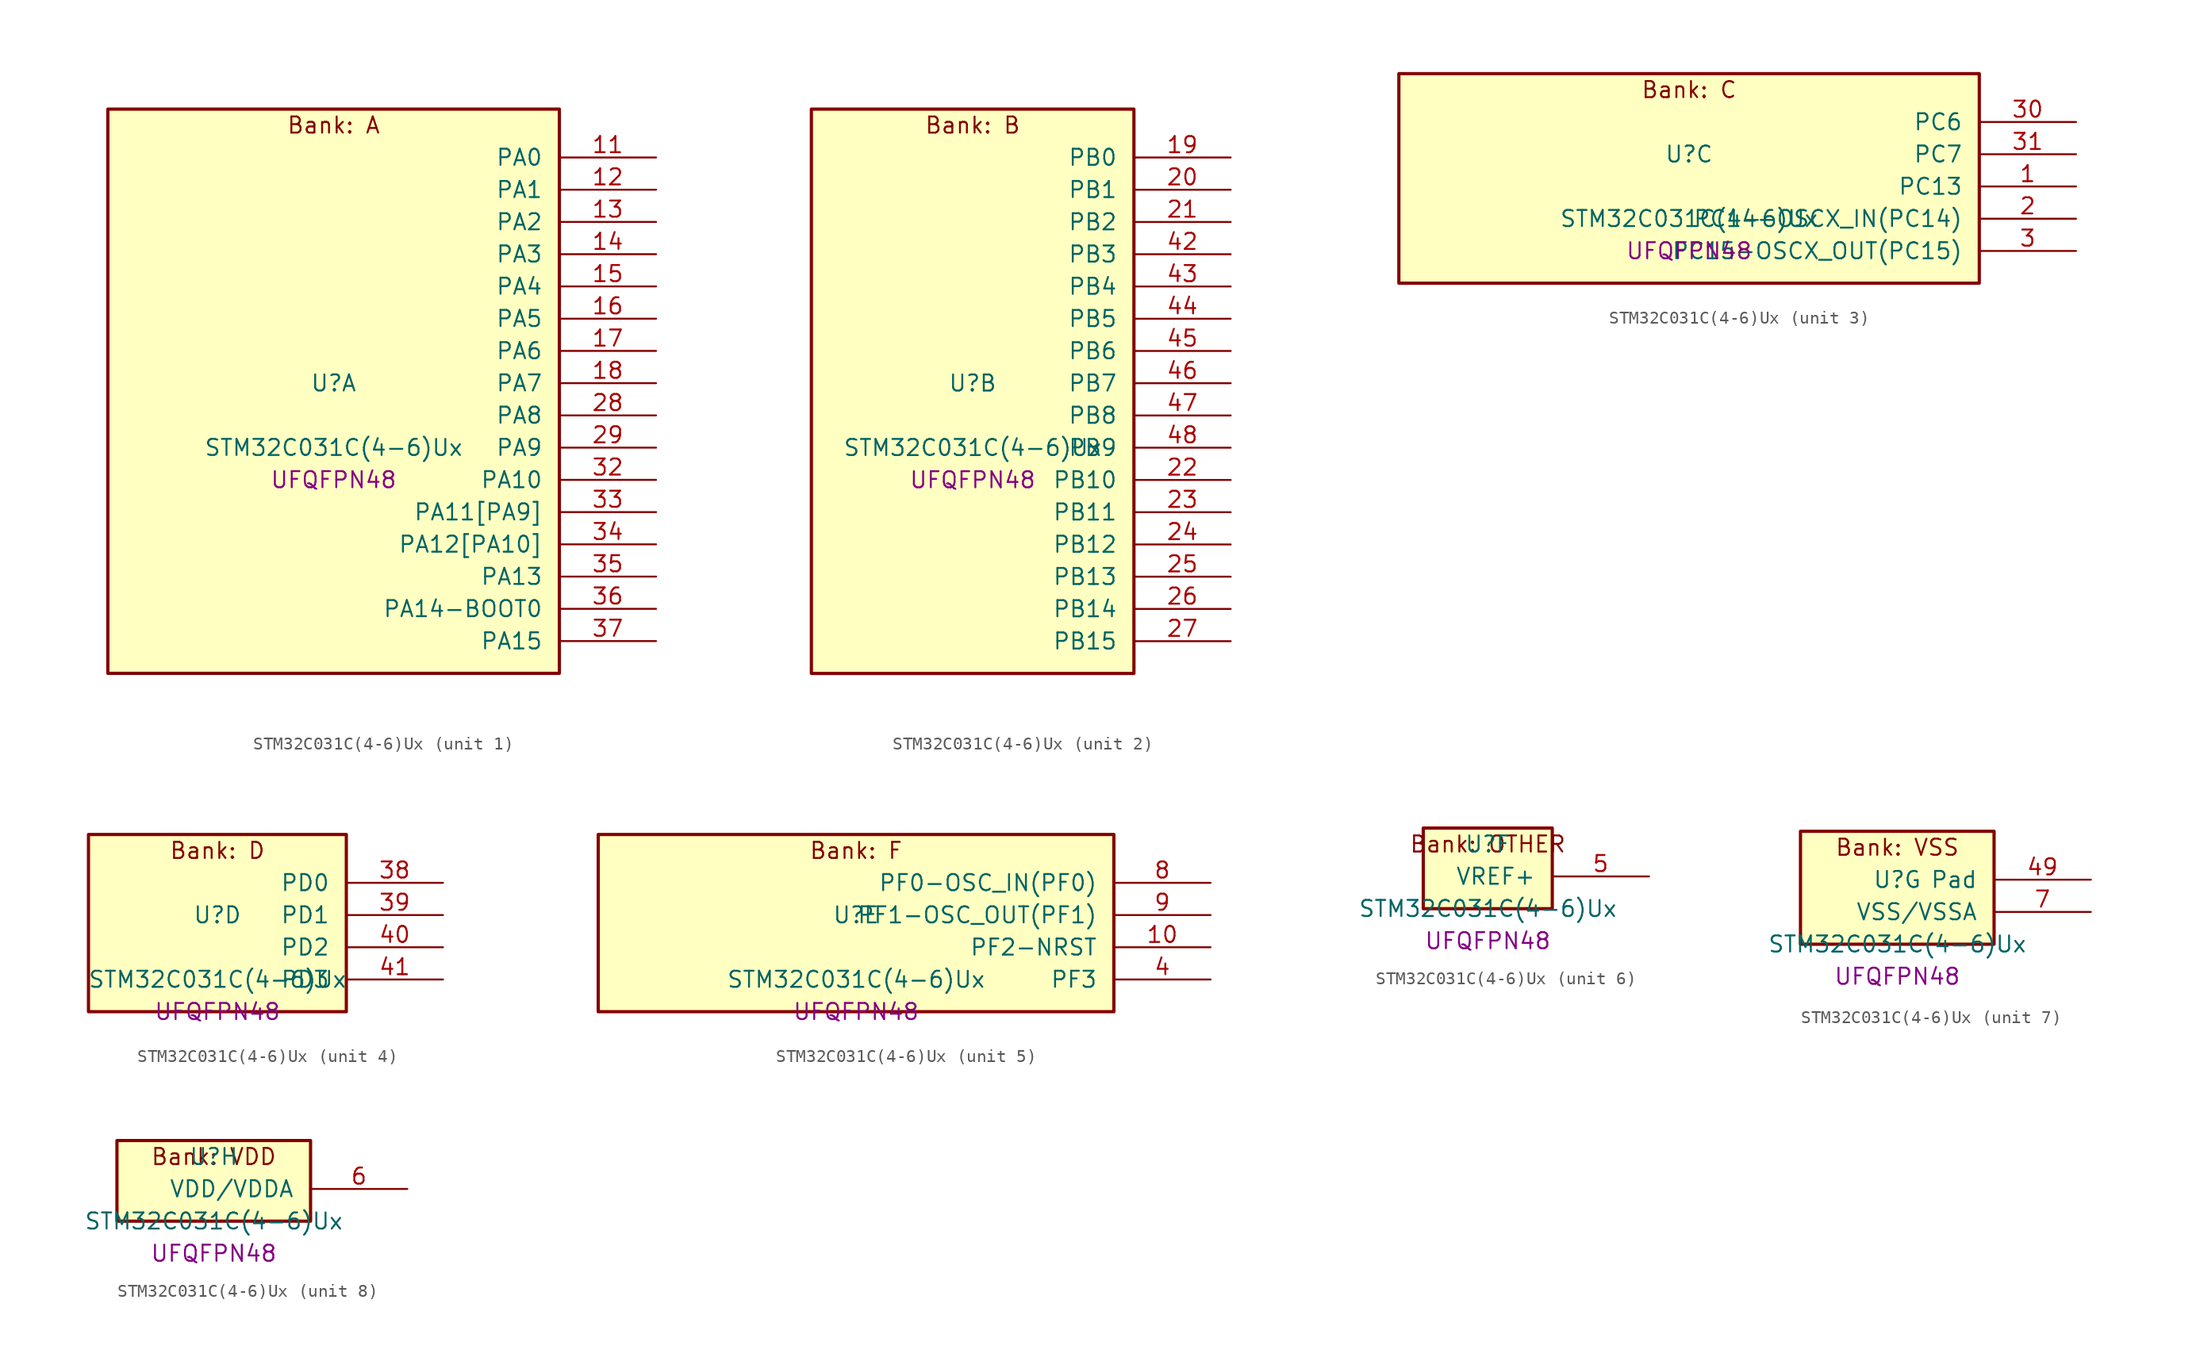
<source format=kicad_sym>
(kicad_symbol_lib
  (version 20241209)
  (generator "stm32_pkl_generator")
  (generator_version "1.0")
  (symbol "STM32C031C(4-6)Ux"
    (pin_names
      (offset 1.27))
    (property "Reference" "U"
      (at 0 2.54 0))
    (property "Value" "STM32C031C(4-6)Ux"
      (at 0 -2.54 0))
    (property "Footprint" "UFQFPN48"
      (at 0 -5.08 0))
    (symbol "STM32C031C(4-6)Ux_1_1"
      (rectangle (start -17.78 24.13) (end 17.78 -20.32) (stroke (width 0.254) (type solid)) (fill (type background)))
      (text "Bank: A" (at 0 22.86 0))
      (pin bidirectional line (at 25.4 20.32 180) (length 7.62) (name "PA0") (number "11") (alternate "PA0/ADC1_IN0" bidirectional line) (alternate "PA0/PWR_WKUP1" bidirectional line) (alternate "PA0/TIM16_CH1" bidirectional line) (alternate "PA0/TIM1_CH1" bidirectional line) (alternate "PA0/USART1_TX" bidirectional line) (alternate "PA0/USART2_CTS" bidirectional line) (alternate "PA0/USART2_NSS" bidirectional line))
      (pin bidirectional line (at 25.4 17.78 180) (length 7.62) (name "PA1") (number "12") (alternate "PA1/ADC1_IN1" bidirectional line) (alternate "PA1/I2C1_SMBA" bidirectional line) (alternate "PA1/I2S1_CK" bidirectional line) (alternate "PA1/SPI1_SCK" bidirectional line) (alternate "PA1/TIM17_CH1" bidirectional line) (alternate "PA1/TIM1_CH2" bidirectional line) (alternate "PA1/USART1_RX" bidirectional line) (alternate "PA1/USART2_CK" bidirectional line) (alternate "PA1/USART2_DE" bidirectional line) (alternate "PA1/USART2_RTS" bidirectional line))
      (pin bidirectional line (at 25.4 15.24 180) (length 7.62) (name "PA2") (number "13") (alternate "PA2/ADC1_IN2" bidirectional line) (alternate "PA2/I2S1_SD" bidirectional line) (alternate "PA2/PWR_WKUP4" bidirectional line) (alternate "PA2/RCC_LSCO" bidirectional line) (alternate "PA2/SPI1_MOSI" bidirectional line) (alternate "PA2/TIM16_CH1N" bidirectional line) (alternate "PA2/TIM1_CH3" bidirectional line) (alternate "PA2/TIM3_ETR" bidirectional line) (alternate "PA2/USART2_TX" bidirectional line))
      (pin bidirectional line (at 25.4 12.7 180) (length 7.62) (name "PA3") (number "14") (alternate "PA3/ADC1_IN3" bidirectional line) (alternate "PA3/TIM1_CH1N" bidirectional line) (alternate "PA3/TIM1_CH4" bidirectional line) (alternate "PA3/USART2_RX" bidirectional line))
      (pin bidirectional line (at 25.4 10.16 180) (length 7.62) (name "PA4") (number "15") (alternate "PA4/ADC1_IN4" bidirectional line) (alternate "PA4/I2S1_WS" bidirectional line) (alternate "PA4/RTC_OUT2" bidirectional line) (alternate "PA4/SPI1_NSS" bidirectional line) (alternate "PA4/TIM14_CH1" bidirectional line) (alternate "PA4/TIM17_CH1N" bidirectional line) (alternate "PA4/TIM1_CH2N" bidirectional line) (alternate "PA4/USART2_TX" bidirectional line))
      (pin bidirectional line (at 25.4 7.62 180) (length 7.62) (name "PA5") (number "16") (alternate "PA5/ADC1_IN5" bidirectional line) (alternate "PA5/I2S1_CK" bidirectional line) (alternate "PA5/SPI1_SCK" bidirectional line) (alternate "PA5/TIM1_CH1" bidirectional line) (alternate "PA5/TIM1_CH3N" bidirectional line) (alternate "PA5/USART2_RX" bidirectional line))
      (pin bidirectional line (at 25.4 5.08 180) (length 7.62) (name "PA6") (number "17") (alternate "PA6/ADC1_IN6" bidirectional line) (alternate "PA6/I2S1_MCK" bidirectional line) (alternate "PA6/SPI1_MISO" bidirectional line) (alternate "PA6/TIM16_CH1" bidirectional line) (alternate "PA6/TIM1_BKIN" bidirectional line) (alternate "PA6/TIM3_CH1" bidirectional line))
      (pin bidirectional line (at 25.4 2.54 180) (length 7.62) (name "PA7") (number "18") (alternate "PA7/ADC1_IN7" bidirectional line) (alternate "PA7/I2S1_SD" bidirectional line) (alternate "PA7/SPI1_MOSI" bidirectional line) (alternate "PA7/TIM14_CH1" bidirectional line) (alternate "PA7/TIM17_CH1" bidirectional line) (alternate "PA7/TIM1_CH1N" bidirectional line) (alternate "PA7/TIM3_CH2" bidirectional line))
      (pin bidirectional line (at 25.4 0 180) (length 7.62) (name "PA8") (number "28") (alternate "PA8/ADC1_IN8" bidirectional line) (alternate "PA8/I2S1_WS" bidirectional line) (alternate "PA8/RCC_MCO" bidirectional line) (alternate "PA8/RCC_MCO_2" bidirectional line) (alternate "PA8/SPI1_NSS" bidirectional line) (alternate "PA8/TIM14_CH1" bidirectional line) (alternate "PA8/TIM1_CH1" bidirectional line) (alternate "PA8/TIM1_CH2N" bidirectional line) (alternate "PA8/TIM1_CH3N" bidirectional line) (alternate "PA8/TIM3_CH3" bidirectional line) (alternate "PA8/TIM3_CH4" bidirectional line) (alternate "PA8/USART1_RX" bidirectional line) (alternate "PA8/USART2_TX" bidirectional line))
      (pin bidirectional line (at 25.4 -2.54 180) (length 7.62) (name "PA9") (number "29") (alternate "PA9/I2C1_SCL" bidirectional line) (alternate "PA9/RCC_MCO" bidirectional line) (alternate "PA9/TIM1_CH2" bidirectional line) (alternate "PA9/TIM3_ETR" bidirectional line) (alternate "PA9/USART1_TX" bidirectional line) (alternate "PA9/NC" bidirectional line))
      (pin bidirectional line (at 25.4 -5.08 180) (length 7.62) (name "PA10") (number "32") (alternate "PA10/I2C1_SDA" bidirectional line) (alternate "PA10/RCC_MCO_2" bidirectional line) (alternate "PA10/TIM17_BKIN" bidirectional line) (alternate "PA10/TIM1_CH3" bidirectional line) (alternate "PA10/USART1_RX" bidirectional line) (alternate "PA10/NC" bidirectional line))
      (pin bidirectional line (at 25.4 -7.62 180) (length 7.62) (name "PA11[PA9]") (number "33") (alternate "PA11[PA9]/ADC1_EXTI11" bidirectional line) (alternate "PA11[PA9]/ADC1_IN11" bidirectional line) (alternate "PA11[PA9]/I2S1_MCK" bidirectional line) (alternate "PA11[PA9]/SPI1_MISO" bidirectional line) (alternate "PA11[PA9]/TIM1_BKIN2" bidirectional line) (alternate "PA11[PA9]/TIM1_CH4" bidirectional line) (alternate "PA11[PA9]/USART1_CTS" bidirectional line) (alternate "PA11[PA9]/USART1_NSS" bidirectional line) (alternate "PA11[PA9]/PA9[PA11]" bidirectional line) (alternate "PA11[PA9]/I2C1_SCL" bidirectional line) (alternate "PA11[PA9]/RCC_MCO" bidirectional line) (alternate "PA11[PA9]/TIM1_CH2" bidirectional line) (alternate "PA11[PA9]/TIM3_ETR" bidirectional line) (alternate "PA11[PA9]/USART1_TX" bidirectional line))
      (pin bidirectional line (at 25.4 -10.16 180) (length 7.62) (name "PA12[PA10]") (number "34") (alternate "PA12[PA10]/ADC1_IN12" bidirectional line) (alternate "PA12[PA10]/I2S1_SD" bidirectional line) (alternate "PA12[PA10]/I2S_CKIN" bidirectional line) (alternate "PA12[PA10]/SPI1_MOSI" bidirectional line) (alternate "PA12[PA10]/TIM1_ETR" bidirectional line) (alternate "PA12[PA10]/USART1_CK" bidirectional line) (alternate "PA12[PA10]/USART1_DE" bidirectional line) (alternate "PA12[PA10]/USART1_RTS" bidirectional line) (alternate "PA12[PA10]/PA10[PA12]" bidirectional line) (alternate "PA12[PA10]/I2C1_SDA" bidirectional line) (alternate "PA12[PA10]/RCC_MCO_2" bidirectional line) (alternate "PA12[PA10]/TIM17_BKIN" bidirectional line) (alternate "PA12[PA10]/TIM1_CH3" bidirectional line) (alternate "PA12[PA10]/USART1_RX" bidirectional line))
      (pin bidirectional line (at 25.4 -12.7 180) (length 7.62) (name "PA13") (number "35") (alternate "PA13/ADC1_IN13" bidirectional line) (alternate "PA13/DEBUG_SWDIO" bidirectional line) (alternate "PA13/IR_OUT" bidirectional line) (alternate "PA13/TIM3_ETR" bidirectional line) (alternate "PA13/USART2_RX" bidirectional line))
      (pin bidirectional line (at 25.4 -15.24 180) (length 7.62) (name "PA14-BOOT0") (number "36") (alternate "PA14-BOOT0/ADC1_IN14" bidirectional line) (alternate "PA14-BOOT0/DEBUG_SWCLK" bidirectional line) (alternate "PA14-BOOT0/I2S1_WS" bidirectional line) (alternate "PA14-BOOT0/RCC_MCO_2" bidirectional line) (alternate "PA14-BOOT0/SPI1_NSS" bidirectional line) (alternate "PA14-BOOT0/TIM1_CH1" bidirectional line) (alternate "PA14-BOOT0/USART1_CK" bidirectional line) (alternate "PA14-BOOT0/USART1_DE" bidirectional line) (alternate "PA14-BOOT0/USART1_RTS" bidirectional line) (alternate "PA14-BOOT0/USART2_RX" bidirectional line) (alternate "PA14-BOOT0/USART2_TX" bidirectional line))
      (pin bidirectional line (at 25.4 -17.78 180) (length 7.62) (name "PA15") (number "37") (alternate "PA15/I2S1_WS" bidirectional line) (alternate "PA15/RCC_MCO_2" bidirectional line) (alternate "PA15/SPI1_NSS" bidirectional line) (alternate "PA15/TIM1_CH1" bidirectional line) (alternate "PA15/USART1_CK" bidirectional line) (alternate "PA15/USART1_DE" bidirectional line) (alternate "PA15/USART1_RTS" bidirectional line) (alternate "PA15/USART2_RX" bidirectional line)))
    (symbol "STM32C031C(4-6)Ux_2_1"
      (rectangle (start -12.7 24.13) (end 12.7 -20.32) (stroke (width 0.254) (type solid)) (fill (type background)))
      (text "Bank: B" (at 0 22.86 0))
      (pin bidirectional line (at 20.32 20.32 180) (length 7.62) (name "PB0") (number "19") (alternate "PB0/ADC1_IN17" bidirectional line) (alternate "PB0/I2S1_WS" bidirectional line) (alternate "PB0/SPI1_NSS" bidirectional line) (alternate "PB0/TIM1_CH2N" bidirectional line) (alternate "PB0/TIM3_CH3" bidirectional line))
      (pin bidirectional line (at 20.32 17.78 180) (length 7.62) (name "PB1") (number "20") (alternate "PB1/ADC1_IN18" bidirectional line) (alternate "PB1/TIM14_CH1" bidirectional line) (alternate "PB1/TIM1_CH2N" bidirectional line) (alternate "PB1/TIM1_CH3N" bidirectional line) (alternate "PB1/TIM3_CH4" bidirectional line))
      (pin bidirectional line (at 20.32 15.24 180) (length 7.62) (name "PB2") (number "21") (alternate "PB2/ADC1_IN19" bidirectional line) (alternate "PB2/RCC_MCO_2" bidirectional line) (alternate "PB2/USART1_RX" bidirectional line))
      (pin bidirectional line (at 20.32 12.7 180) (length 7.62) (name "PB3") (number "42") (alternate "PB3/I2S1_CK" bidirectional line) (alternate "PB3/SPI1_SCK" bidirectional line) (alternate "PB3/TIM1_CH2" bidirectional line) (alternate "PB3/TIM3_CH2" bidirectional line) (alternate "PB3/USART1_CK" bidirectional line) (alternate "PB3/USART1_DE" bidirectional line) (alternate "PB3/USART1_RTS" bidirectional line))
      (pin bidirectional line (at 20.32 10.16 180) (length 7.62) (name "PB4") (number "43") (alternate "PB4/I2S1_MCK" bidirectional line) (alternate "PB4/SPI1_MISO" bidirectional line) (alternate "PB4/TIM17_BKIN" bidirectional line) (alternate "PB4/TIM3_CH1" bidirectional line) (alternate "PB4/USART1_CTS" bidirectional line) (alternate "PB4/USART1_NSS" bidirectional line))
      (pin bidirectional line (at 20.32 7.62 180) (length 7.62) (name "PB5") (number "44") (alternate "PB5/I2C1_SMBA" bidirectional line) (alternate "PB5/I2S1_SD" bidirectional line) (alternate "PB5/PWR_WKUP6" bidirectional line) (alternate "PB5/SPI1_MOSI" bidirectional line) (alternate "PB5/TIM16_BKIN" bidirectional line) (alternate "PB5/TIM3_CH2" bidirectional line) (alternate "PB5/TIM3_CH3" bidirectional line))
      (pin bidirectional line (at 20.32 5.08 180) (length 7.62) (name "PB6") (number "45") (alternate "PB6/I2C1_SCL" bidirectional line) (alternate "PB6/I2C1_SMBA" bidirectional line) (alternate "PB6/I2S1_CK" bidirectional line) (alternate "PB6/I2S1_MCK" bidirectional line) (alternate "PB6/I2S1_SD" bidirectional line) (alternate "PB6/PWR_WKUP3" bidirectional line) (alternate "PB6/SPI1_MISO" bidirectional line) (alternate "PB6/SPI1_MOSI" bidirectional line) (alternate "PB6/SPI1_SCK" bidirectional line) (alternate "PB6/TIM16_BKIN" bidirectional line) (alternate "PB6/TIM16_CH1N" bidirectional line) (alternate "PB6/TIM17_BKIN" bidirectional line) (alternate "PB6/TIM1_CH2" bidirectional line) (alternate "PB6/TIM1_CH3" bidirectional line) (alternate "PB6/TIM3_CH1" bidirectional line) (alternate "PB6/TIM3_CH2" bidirectional line) (alternate "PB6/TIM3_CH3" bidirectional line) (alternate "PB6/USART1_CK" bidirectional line) (alternate "PB6/USART1_CTS" bidirectional line) (alternate "PB6/USART1_DE" bidirectional line) (alternate "PB6/USART1_NSS" bidirectional line) (alternate "PB6/USART1_RTS" bidirectional line) (alternate "PB6/USART1_TX" bidirectional line))
      (pin bidirectional line (at 20.32 2.54 180) (length 7.62) (name "PB7") (number "46") (alternate "PB7/I2C1_SCL" bidirectional line) (alternate "PB7/I2C1_SDA" bidirectional line) (alternate "PB7/TIM16_CH1" bidirectional line) (alternate "PB7/TIM17_CH1N" bidirectional line) (alternate "PB7/TIM1_CH4" bidirectional line) (alternate "PB7/TIM3_CH1" bidirectional line) (alternate "PB7/TIM3_CH4" bidirectional line) (alternate "PB7/USART1_RX" bidirectional line) (alternate "PB7/USART2_CTS" bidirectional line) (alternate "PB7/USART2_NSS" bidirectional line))
      (pin bidirectional line (at 20.32 0 180) (length 7.62) (name "PB8") (number "47") (alternate "PB8/I2C1_SCL" bidirectional line) (alternate "PB8/TIM16_CH1" bidirectional line) (alternate "PB8/TIM3_CH1" bidirectional line) (alternate "PB8/USART2_CTS" bidirectional line) (alternate "PB8/USART2_NSS" bidirectional line))
      (pin bidirectional line (at 20.32 -2.54 180) (length 7.62) (name "PB9") (number "48") (alternate "PB9/I2C1_SDA" bidirectional line) (alternate "PB9/IR_OUT" bidirectional line) (alternate "PB9/TIM17_CH1" bidirectional line) (alternate "PB9/TIM3_CH2" bidirectional line) (alternate "PB9/USART2_CK" bidirectional line) (alternate "PB9/USART2_DE" bidirectional line) (alternate "PB9/USART2_RTS" bidirectional line))
      (pin bidirectional line (at 20.32 -5.08 180) (length 7.62) (name "PB10") (number "22") (alternate "PB10/ADC1_IN20" bidirectional line))
      (pin bidirectional line (at 20.32 -7.62 180) (length 7.62) (name "PB11") (number "23") (alternate "PB11/ADC1_EXTI11" bidirectional line) (alternate "PB11/ADC1_IN21" bidirectional line))
      (pin bidirectional line (at 20.32 -10.16 180) (length 7.62) (name "PB12") (number "24") (alternate "PB12/ADC1_IN22" bidirectional line) (alternate "PB12/TIM1_BKIN" bidirectional line) (alternate "PB12/TIM1_BKIN2" bidirectional line))
      (pin bidirectional line (at 20.32 -12.7 180) (length 7.62) (name "PB13") (number "25") (alternate "PB13/TIM1_CH1N" bidirectional line))
      (pin bidirectional line (at 20.32 -15.24 180) (length 7.62) (name "PB14") (number "26") (alternate "PB14/TIM1_CH2N" bidirectional line))
      (pin bidirectional line (at 20.32 -17.78 180) (length 7.62) (name "PB15") (number "27") (alternate "PB15/RTC_REFIN" bidirectional line) (alternate "PB15/TIM1_CH3N" bidirectional line)))
    (symbol "STM32C031C(4-6)Ux_3_1"
      (rectangle (start -22.86 8.89) (end 22.86 -7.62) (stroke (width 0.254) (type solid)) (fill (type background)))
      (text "Bank: C" (at 0 7.62 0))
      (pin bidirectional line (at 30.48 5.08 180) (length 7.62) (name "PC6") (number "30") (alternate "PC6/TIM3_CH1" bidirectional line))
      (pin bidirectional line (at 30.48 2.54 180) (length 7.62) (name "PC7") (number "31") (alternate "PC7/TIM3_CH2" bidirectional line))
      (pin bidirectional line (at 30.48 0 180) (length 7.62) (name "PC13") (number "1") (alternate "PC13/PWR_WKUP2" bidirectional line) (alternate "PC13/RTC_OUT1" bidirectional line) (alternate "PC13/RTC_TS" bidirectional line) (alternate "PC13/TIM1_BKIN" bidirectional line) (alternate "PC13/TIM1_ETR" bidirectional line))
      (pin bidirectional line (at 30.48 -2.54 180) (length 7.62) (name "PC14-OSCX_IN(PC14)") (number "2") (alternate "PC14-OSCX_IN(PC14)/I2C1_SDA" bidirectional line) (alternate "PC14-OSCX_IN(PC14)/IR_OUT" bidirectional line) (alternate "PC14-OSCX_IN(PC14)/RCC_OSCX_IN" bidirectional line) (alternate "PC14-OSCX_IN(PC14)/TIM17_CH1" bidirectional line) (alternate "PC14-OSCX_IN(PC14)/TIM1_BKIN2" bidirectional line) (alternate "PC14-OSCX_IN(PC14)/TIM1_ETR" bidirectional line) (alternate "PC14-OSCX_IN(PC14)/TIM3_CH2" bidirectional line) (alternate "PC14-OSCX_IN(PC14)/USART1_TX" bidirectional line) (alternate "PC14-OSCX_IN(PC14)/USART2_CK" bidirectional line) (alternate "PC14-OSCX_IN(PC14)/USART2_DE" bidirectional line) (alternate "PC14-OSCX_IN(PC14)/USART2_RTS" bidirectional line))
      (pin bidirectional line (at 30.48 -5.08 180) (length 7.62) (name "PC15-OSCX_OUT(PC15)") (number "3") (alternate "PC15-OSCX_OUT(PC15)/RCC_OSC32_EN" bidirectional line) (alternate "PC15-OSCX_OUT(PC15)/RCC_OSCX_OUT" bidirectional line) (alternate "PC15-OSCX_OUT(PC15)/RCC_OSC_EN" bidirectional line) (alternate "PC15-OSCX_OUT(PC15)/TIM1_ETR" bidirectional line) (alternate "PC15-OSCX_OUT(PC15)/TIM3_CH3" bidirectional line)))
    (symbol "STM32C031C(4-6)Ux_4_1"
      (rectangle (start -10.16 8.89) (end 10.16 -5.08) (stroke (width 0.254) (type solid)) (fill (type background)))
      (text "Bank: D" (at 0 7.62 0))
      (pin bidirectional line (at 17.78 5.08 180) (length 7.62) (name "PD0") (number "38") (alternate "PD0/TIM16_CH1" bidirectional line))
      (pin bidirectional line (at 17.78 2.54 180) (length 7.62) (name "PD1") (number "39") (alternate "PD1/TIM17_CH1" bidirectional line))
      (pin bidirectional line (at 17.78 0 180) (length 7.62) (name "PD2") (number "40") (alternate "PD2/TIM1_CH1N" bidirectional line) (alternate "PD2/TIM3_ETR" bidirectional line))
      (pin bidirectional line (at 17.78 -2.54 180) (length 7.62) (name "PD3") (number "41") (alternate "PD3/TIM1_CH2N" bidirectional line) (alternate "PD3/USART2_CTS" bidirectional line) (alternate "PD3/USART2_NSS" bidirectional line)))
    (symbol "STM32C031C(4-6)Ux_5_1"
      (rectangle (start -20.32 8.89) (end 20.32 -5.08) (stroke (width 0.254) (type solid)) (fill (type background)))
      (text "Bank: F" (at 0 7.62 0))
      (pin bidirectional line (at 27.94 5.08 180) (length 7.62) (name "PF0-OSC_IN(PF0)") (number "8") (alternate "PF0-OSC_IN(PF0)/RCC_OSC_IN" bidirectional line) (alternate "PF0-OSC_IN(PF0)/TIM14_CH1" bidirectional line))
      (pin bidirectional line (at 27.94 2.54 180) (length 7.62) (name "PF1-OSC_OUT(PF1)") (number "9") (alternate "PF1-OSC_OUT(PF1)/RCC_OSC_EN" bidirectional line) (alternate "PF1-OSC_OUT(PF1)/RCC_OSC_OUT" bidirectional line))
      (pin bidirectional line (at 27.94 0 180) (length 7.62) (name "PF2-NRST") (number "10") (alternate "PF2-NRST/RCC_MCO" bidirectional line) (alternate "PF2-NRST/TIM1_CH4" bidirectional line))
      (pin bidirectional line (at 27.94 -2.54 180) (length 7.62) (name "PF3") (number "4")))
    (symbol "STM32C031C(4-6)Ux_6_1"
      (rectangle (start -5.08 3.81) (end 5.08 -2.54) (stroke (width 0.254) (type solid)) (fill (type background)))
      (text "Bank: OTHER" (at 0 2.54 0))
      (pin bidirectional line (at 12.7 0 180) (length 7.62) (name "VREF+") (number "5")))
    (symbol "STM32C031C(4-6)Ux_7_1"
      (rectangle (start -7.62 6.35) (end 7.62 -2.54) (stroke (width 0.254) (type solid)) (fill (type background)))
      (text "Bank: VSS" (at 0 5.08 0))
      (pin passive line (at 15.24 2.54 180) (length 7.62) (name "Pad") (number "49"))
      (pin power_in line (at 15.24 0 180) (length 7.62) (name "VSS/VSSA") (number "7")))
    (symbol "STM32C031C(4-6)Ux_8_1"
      (rectangle (start -7.62 3.81) (end 7.62 -2.54) (stroke (width 0.254) (type solid)) (fill (type background)))
      (text "Bank: VDD" (at 0 2.54 0))
      (pin power_in line (at 15.24 0 180) (length 7.62) (name "VDD/VDDA") (number "6")))))
</source>
